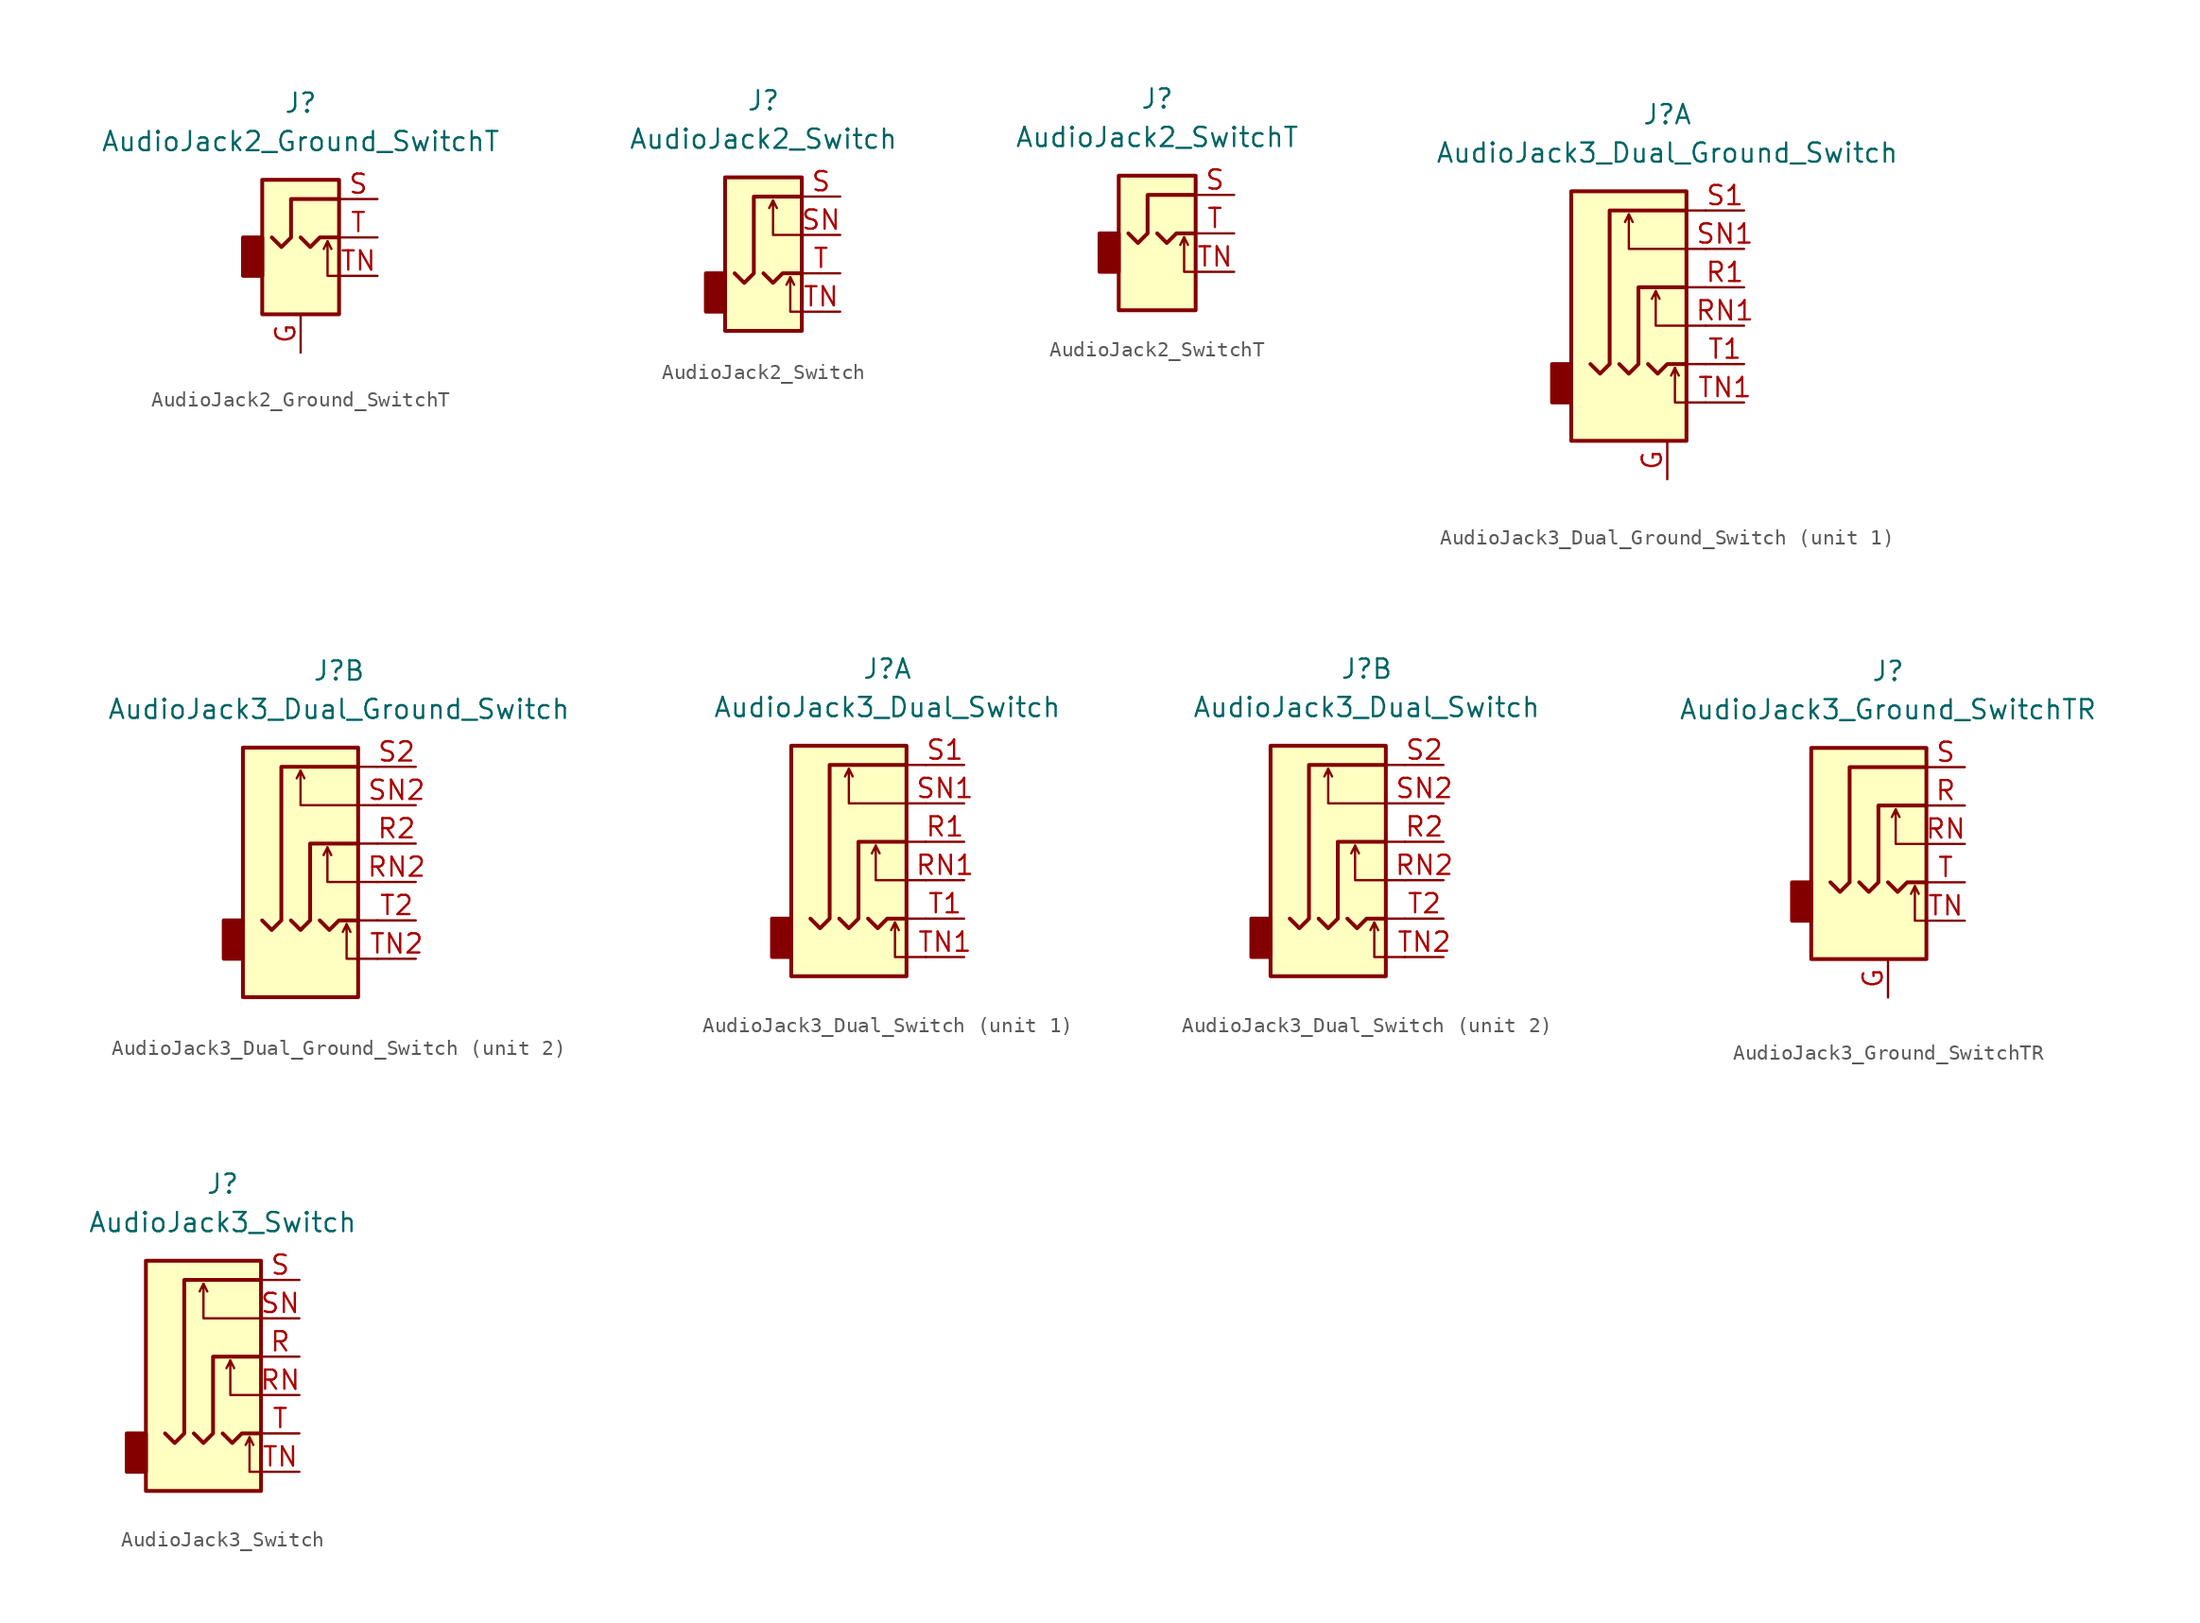
<source format=kicad_sym>
(kicad_symbol_lib
  (version 20231120)
  (generator "kicad_symbol_editor")
  (generator_version "8.0")
  (symbol "AudioJack2_Ground_SwitchT"
    (property "Reference" "J"
      (at 0 8.89 0)
      (effects (font (size 1.27 1.27))))
    (property "Value" "AudioJack2_Ground_SwitchT"
      (at 0 6.35 0)
      (effects (font (size 1.27 1.27))))
    (symbol "AudioJack2_Ground_SwitchT_0_1"
      (rectangle (start -2.54 0) (end -3.81 -2.54) (stroke (width 0.254) (type default)) (fill (type outline)))
      (polyline (pts (xy 1.778 -0.254) (xy 2.032 -0.762)) (stroke (width 0) (type default)) (fill (type none)))
      (polyline (pts (xy 0 0) (xy 0.635 -0.635) (xy 1.27 0) (xy 2.54 0)) (stroke (width 0.254) (type default)) (fill (type none)))
      (polyline (pts (xy 2.54 -2.54) (xy 1.778 -2.54) (xy 1.778 -0.254) (xy 1.524 -0.762)) (stroke (width 0) (type default)) (fill (type none)))
      (polyline (pts (xy 2.54 2.54) (xy -0.635 2.54) (xy -0.635 0) (xy -1.27 -0.635) (xy -1.905 0)) (stroke (width 0.254) (type default)) (fill (type none)))
      (rectangle (start 2.54 3.81) (end -2.54 -5.08) (stroke (width 0.254) (type default)) (fill (type background))))
    (symbol "AudioJack2_Ground_SwitchT_1_1"
      (pin passive line (at 0 -7.62 90) (length 2.54) (name "~" (effects (font (size 1.27 1.27)))) (number "G" (effects (font (size 1.27 1.27)))))
      (pin passive line (at 5.08 2.54 180) (length 2.54) (name "~" (effects (font (size 1.27 1.27)))) (number "S" (effects (font (size 1.27 1.27)))))
      (pin passive line (at 5.08 0 180) (length 2.54) (name "~" (effects (font (size 1.27 1.27)))) (number "T" (effects (font (size 1.27 1.27)))))
      (pin passive line (at 5.08 -2.54 180) (length 2.54) (name "~" (effects (font (size 1.27 1.27)))) (number "TN" (effects (font (size 1.27 1.27)))))))
  (symbol "AudioJack2_Switch"
    (property "Reference" "J"
      (at 0 11.43 0)
      (effects (font (size 1.27 1.27))))
    (property "Value" "AudioJack2_Switch"
      (at 0 8.89 0)
      (effects (font (size 1.27 1.27))))
    (symbol "AudioJack2_Switch_0_1"
      (rectangle (start -2.54 0) (end -3.81 -2.54) (stroke (width 0.254) (type default)) (fill (type outline)))
      (rectangle (start 2.54 6.35) (end -2.54 -3.81) (stroke (width 0.254) (type default)) (fill (type background))))
    (symbol "AudioJack2_Switch_1_1"
      (polyline (pts (xy 0.635 4.826) (xy 0.889 4.318)) (stroke (width 0) (type default)) (fill (type none)))
      (polyline (pts (xy 1.778 -0.254) (xy 2.032 -0.762)) (stroke (width 0) (type default)) (fill (type none)))
      (polyline (pts (xy 0 0) (xy 0.635 -0.635) (xy 1.27 0) (xy 2.54 0)) (stroke (width 0.254) (type default)) (fill (type none)))
      (polyline (pts (xy 2.54 -2.54) (xy 1.778 -2.54) (xy 1.778 -0.254) (xy 1.524 -0.762)) (stroke (width 0) (type default)) (fill (type none)))
      (polyline (pts (xy 2.54 2.54) (xy 0.635 2.54) (xy 0.635 4.826) (xy 0.381 4.318)) (stroke (width 0) (type default)) (fill (type none)))
      (polyline (pts (xy 2.54 5.08) (xy -0.635 5.08) (xy -0.635 0) (xy -1.27 -0.635) (xy -1.905 0)) (stroke (width 0.254) (type default)) (fill (type none)))
      (pin passive line (at 5.08 5.08 180) (length 2.54) (name "~" (effects (font (size 1.27 1.27)))) (number "S" (effects (font (size 1.27 1.27)))))
      (pin passive line (at 5.08 2.54 180) (length 2.54) (name "~" (effects (font (size 1.27 1.27)))) (number "SN" (effects (font (size 1.27 1.27)))))
      (pin passive line (at 5.08 0 180) (length 2.54) (name "~" (effects (font (size 1.27 1.27)))) (number "T" (effects (font (size 1.27 1.27)))))
      (pin passive line (at 5.08 -2.54 180) (length 2.54) (name "~" (effects (font (size 1.27 1.27)))) (number "TN" (effects (font (size 1.27 1.27)))))))
  (symbol "AudioJack2_SwitchT"
    (property "Reference" "J"
      (at 0 8.89 0)
      (effects (font (size 1.27 1.27))))
    (property "Value" "AudioJack2_SwitchT"
      (at 0 6.35 0)
      (effects (font (size 1.27 1.27))))
    (symbol "AudioJack2_SwitchT_0_1"
      (rectangle (start -2.54 0) (end -3.81 -2.54) (stroke (width 0.254) (type default)) (fill (type outline)))
      (polyline (pts (xy 1.778 -0.254) (xy 2.032 -0.762)) (stroke (width 0) (type default)) (fill (type none)))
      (polyline (pts (xy 0 0) (xy 0.635 -0.635) (xy 1.27 0) (xy 2.54 0)) (stroke (width 0.254) (type default)) (fill (type none)))
      (polyline (pts (xy 2.54 -2.54) (xy 1.778 -2.54) (xy 1.778 -0.254) (xy 1.524 -0.762)) (stroke (width 0) (type default)) (fill (type none)))
      (polyline (pts (xy 2.54 2.54) (xy -0.635 2.54) (xy -0.635 0) (xy -1.27 -0.635) (xy -1.905 0)) (stroke (width 0.254) (type default)) (fill (type none)))
      (rectangle (start 2.54 3.81) (end -2.54 -5.08) (stroke (width 0.254) (type default)) (fill (type background))))
    (symbol "AudioJack2_SwitchT_1_1"
      (pin passive line (at 5.08 2.54 180) (length 2.54) (name "~" (effects (font (size 1.27 1.27)))) (number "S" (effects (font (size 1.27 1.27)))))
      (pin passive line (at 5.08 0 180) (length 2.54) (name "~" (effects (font (size 1.27 1.27)))) (number "T" (effects (font (size 1.27 1.27)))))
      (pin passive line (at 5.08 -2.54 180) (length 2.54) (name "~" (effects (font (size 1.27 1.27)))) (number "TN" (effects (font (size 1.27 1.27)))))))
  (symbol "AudioJack3_Dual_Ground_Switch"
    (property "Reference" "J"
      (at 0 11.43 0)
      (effects (font (size 1.27 1.27))))
    (property "Value" "AudioJack3_Dual_Ground_Switch"
      (at 0 8.89 0)
      (effects (font (size 1.27 1.27))))
    (symbol "AudioJack3_Dual_Ground_Switch_0_1"
      (rectangle (start -6.35 -5.08) (end -7.62 -7.62) (stroke (width 0.254) (type default)) (fill (type outline)))
      (polyline (pts (xy -2.54 4.826) (xy -2.286 4.318)) (stroke (width 0) (type default)) (fill (type none)))
      (polyline (pts (xy -0.762 -0.254) (xy -0.508 -0.762)) (stroke (width 0) (type default)) (fill (type none)))
      (polyline (pts (xy 0.508 -5.334) (xy 0.762 -5.842)) (stroke (width 0) (type default)) (fill (type none)))
      (polyline (pts (xy 1.27 0) (xy 2.54 0)) (stroke (width 0) (type default)) (fill (type none)))
      (polyline (pts (xy 2.54 -5.08) (xy 1.27 -5.08)) (stroke (width 0) (type default)) (fill (type none)))
      (polyline (pts (xy 2.54 5.08) (xy 1.27 5.08)) (stroke (width 0) (type default)) (fill (type none)))
      (polyline (pts (xy -1.27 -5.08) (xy -0.635 -5.715) (xy 0 -5.08) (xy 1.27 -5.08)) (stroke (width 0.254) (type default)) (fill (type none)))
      (polyline (pts (xy 2.54 -7.62) (xy 0.508 -7.62) (xy 0.508 -5.334) (xy 0.254 -5.842)) (stroke (width 0) (type default)) (fill (type none)))
      (polyline (pts (xy 2.54 -2.54) (xy -0.762 -2.54) (xy -0.762 -0.254) (xy -1.016 -0.762)) (stroke (width 0) (type default)) (fill (type none)))
      (polyline (pts (xy 2.54 2.54) (xy -2.54 2.54) (xy -2.54 4.826) (xy -2.794 4.318)) (stroke (width 0) (type default)) (fill (type none)))
      (polyline (pts (xy -3.175 -5.08) (xy -2.54 -5.715) (xy -1.905 -5.08) (xy -1.905 0) (xy 1.27 0)) (stroke (width 0.254) (type default)) (fill (type none)))
      (polyline (pts (xy 1.27 5.08) (xy -3.81 5.08) (xy -3.81 -5.08) (xy -4.445 -5.715) (xy -5.08 -5.08)) (stroke (width 0.254) (type default)) (fill (type none)))
      (rectangle (start 1.27 6.35) (end -6.35 -10.16) (stroke (width 0.254) (type default)) (fill (type background))))
    (symbol "AudioJack3_Dual_Ground_Switch_1_1"
      (pin passive line (at 0 -12.7 90) (length 2.54) (name "~" (effects (font (size 1.27 1.27)))) (number "G" (effects (font (size 1.27 1.27)))))
      (pin passive line (at 5.08 0 180) (length 2.54) (name "~" (effects (font (size 1.27 1.27)))) (number "R1" (effects (font (size 1.27 1.27)))))
      (pin passive line (at 5.08 -2.54 180) (length 2.54) (name "~" (effects (font (size 1.27 1.27)))) (number "RN1" (effects (font (size 1.27 1.27)))))
      (pin passive line (at 5.08 5.08 180) (length 2.54) (name "~" (effects (font (size 1.27 1.27)))) (number "S1" (effects (font (size 1.27 1.27)))))
      (pin passive line (at 5.08 2.54 180) (length 2.54) (name "~" (effects (font (size 1.27 1.27)))) (number "SN1" (effects (font (size 1.27 1.27)))))
      (pin passive line (at 5.08 -5.08 180) (length 2.54) (name "~" (effects (font (size 1.27 1.27)))) (number "T1" (effects (font (size 1.27 1.27)))))
      (pin passive line (at 5.08 -7.62 180) (length 2.54) (name "~" (effects (font (size 1.27 1.27)))) (number "TN1" (effects (font (size 1.27 1.27))))))
    (symbol "AudioJack3_Dual_Ground_Switch_2_1"
      (pin passive line (at 5.08 0 180) (length 2.54) (name "~" (effects (font (size 1.27 1.27)))) (number "R2" (effects (font (size 1.27 1.27)))))
      (pin passive line (at 5.08 -2.54 180) (length 2.54) (name "~" (effects (font (size 1.27 1.27)))) (number "RN2" (effects (font (size 1.27 1.27)))))
      (pin passive line (at 5.08 5.08 180) (length 2.54) (name "~" (effects (font (size 1.27 1.27)))) (number "S2" (effects (font (size 1.27 1.27)))))
      (pin passive line (at 5.08 2.54 180) (length 2.54) (name "~" (effects (font (size 1.27 1.27)))) (number "SN2" (effects (font (size 1.27 1.27)))))
      (pin passive line (at 5.08 -5.08 180) (length 2.54) (name "~" (effects (font (size 1.27 1.27)))) (number "T2" (effects (font (size 1.27 1.27)))))
      (pin passive line (at 5.08 -7.62 180) (length 2.54) (name "~" (effects (font (size 1.27 1.27)))) (number "TN2" (effects (font (size 1.27 1.27)))))))
  (symbol "AudioJack3_Dual_Switch"
    (property "Reference" "J"
      (at 0 11.43 0)
      (effects (font (size 1.27 1.27))))
    (property "Value" "AudioJack3_Dual_Switch"
      (at 0 8.89 0)
      (effects (font (size 1.27 1.27))))
    (symbol "AudioJack3_Dual_Switch_0_1"
      (rectangle (start -6.35 -5.08) (end -7.62 -7.62) (stroke (width 0.254) (type default)) (fill (type outline)))
      (polyline (pts (xy -2.54 4.826) (xy -2.286 4.318)) (stroke (width 0) (type default)) (fill (type none)))
      (polyline (pts (xy -0.762 -0.254) (xy -0.508 -0.762)) (stroke (width 0) (type default)) (fill (type none)))
      (polyline (pts (xy 0.508 -5.334) (xy 0.762 -5.842)) (stroke (width 0) (type default)) (fill (type none)))
      (polyline (pts (xy 1.27 0) (xy 2.54 0)) (stroke (width 0) (type default)) (fill (type none)))
      (polyline (pts (xy 2.54 -5.08) (xy 1.27 -5.08)) (stroke (width 0) (type default)) (fill (type none)))
      (polyline (pts (xy 2.54 5.08) (xy 1.27 5.08)) (stroke (width 0) (type default)) (fill (type none)))
      (polyline (pts (xy -1.27 -5.08) (xy -0.635 -5.715) (xy 0 -5.08) (xy 1.27 -5.08)) (stroke (width 0.254) (type default)) (fill (type none)))
      (polyline (pts (xy 2.54 -7.62) (xy 0.508 -7.62) (xy 0.508 -5.334) (xy 0.254 -5.842)) (stroke (width 0) (type default)) (fill (type none)))
      (polyline (pts (xy 2.54 -2.54) (xy -0.762 -2.54) (xy -0.762 -0.254) (xy -1.016 -0.762)) (stroke (width 0) (type default)) (fill (type none)))
      (polyline (pts (xy 2.54 2.54) (xy -2.54 2.54) (xy -2.54 4.826) (xy -2.794 4.318)) (stroke (width 0) (type default)) (fill (type none)))
      (polyline (pts (xy -3.175 -5.08) (xy -2.54 -5.715) (xy -1.905 -5.08) (xy -1.905 0) (xy 1.27 0)) (stroke (width 0.254) (type default)) (fill (type none)))
      (polyline (pts (xy 1.27 5.08) (xy -3.81 5.08) (xy -3.81 -5.08) (xy -4.445 -5.715) (xy -5.08 -5.08)) (stroke (width 0.254) (type default)) (fill (type none)))
      (rectangle (start 1.27 6.35) (end -6.35 -8.89) (stroke (width 0.254) (type default)) (fill (type background))))
    (symbol "AudioJack3_Dual_Switch_1_1"
      (pin passive line (at 5.08 0 180) (length 2.54) (name "~" (effects (font (size 1.27 1.27)))) (number "R1" (effects (font (size 1.27 1.27)))))
      (pin passive line (at 5.08 -2.54 180) (length 2.54) (name "~" (effects (font (size 1.27 1.27)))) (number "RN1" (effects (font (size 1.27 1.27)))))
      (pin passive line (at 5.08 5.08 180) (length 2.54) (name "~" (effects (font (size 1.27 1.27)))) (number "S1" (effects (font (size 1.27 1.27)))))
      (pin passive line (at 5.08 2.54 180) (length 2.54) (name "~" (effects (font (size 1.27 1.27)))) (number "SN1" (effects (font (size 1.27 1.27)))))
      (pin passive line (at 5.08 -5.08 180) (length 2.54) (name "~" (effects (font (size 1.27 1.27)))) (number "T1" (effects (font (size 1.27 1.27)))))
      (pin passive line (at 5.08 -7.62 180) (length 2.54) (name "~" (effects (font (size 1.27 1.27)))) (number "TN1" (effects (font (size 1.27 1.27))))))
    (symbol "AudioJack3_Dual_Switch_2_1"
      (pin passive line (at 5.08 0 180) (length 2.54) (name "~" (effects (font (size 1.27 1.27)))) (number "R2" (effects (font (size 1.27 1.27)))))
      (pin passive line (at 5.08 -2.54 180) (length 2.54) (name "~" (effects (font (size 1.27 1.27)))) (number "RN2" (effects (font (size 1.27 1.27)))))
      (pin passive line (at 5.08 5.08 180) (length 2.54) (name "~" (effects (font (size 1.27 1.27)))) (number "S2" (effects (font (size 1.27 1.27)))))
      (pin passive line (at 5.08 2.54 180) (length 2.54) (name "~" (effects (font (size 1.27 1.27)))) (number "SN2" (effects (font (size 1.27 1.27)))))
      (pin passive line (at 5.08 -5.08 180) (length 2.54) (name "~" (effects (font (size 1.27 1.27)))) (number "T2" (effects (font (size 1.27 1.27)))))
      (pin passive line (at 5.08 -7.62 180) (length 2.54) (name "~" (effects (font (size 1.27 1.27)))) (number "TN2" (effects (font (size 1.27 1.27)))))))
  (symbol "AudioJack3_Ground_SwitchTR"
    (property "Reference" "J"
      (at 0 8.89 0)
      (effects (font (size 1.27 1.27))))
    (property "Value" "AudioJack3_Ground_SwitchTR"
      (at 0 6.35 0)
      (effects (font (size 1.27 1.27))))
    (symbol "AudioJack3_Ground_SwitchTR_0_1"
      (rectangle (start -5.08 -5.08) (end -6.35 -7.62) (stroke (width 0.254) (type default)) (fill (type outline)))
      (polyline (pts (xy 0.508 -0.254) (xy 0.762 -0.762)) (stroke (width 0) (type default)) (fill (type none)))
      (polyline (pts (xy 1.778 -5.334) (xy 2.032 -5.842)) (stroke (width 0) (type default)) (fill (type none)))
      (polyline (pts (xy 0 -5.08) (xy 0.635 -5.715) (xy 1.27 -5.08) (xy 2.54 -5.08)) (stroke (width 0.254) (type default)) (fill (type none)))
      (polyline (pts (xy 2.54 -7.62) (xy 1.778 -7.62) (xy 1.778 -5.334) (xy 1.524 -5.842)) (stroke (width 0) (type default)) (fill (type none)))
      (polyline (pts (xy 2.54 -2.54) (xy 0.508 -2.54) (xy 0.508 -0.254) (xy 0.254 -0.762)) (stroke (width 0) (type default)) (fill (type none)))
      (polyline (pts (xy -1.905 -5.08) (xy -1.27 -5.715) (xy -0.635 -5.08) (xy -0.635 0) (xy 2.54 0)) (stroke (width 0.254) (type default)) (fill (type none)))
      (polyline (pts (xy 2.54 2.54) (xy -2.54 2.54) (xy -2.54 -5.08) (xy -3.175 -5.715) (xy -3.81 -5.08)) (stroke (width 0.254) (type default)) (fill (type none)))
      (rectangle (start 2.54 3.81) (end -5.08 -10.16) (stroke (width 0.254) (type default)) (fill (type background))))
    (symbol "AudioJack3_Ground_SwitchTR_1_1"
      (pin passive line (at 0 -12.7 90) (length 2.54) (name "~" (effects (font (size 1.27 1.27)))) (number "G" (effects (font (size 1.27 1.27)))))
      (pin passive line (at 5.08 0 180) (length 2.54) (name "~" (effects (font (size 1.27 1.27)))) (number "R" (effects (font (size 1.27 1.27)))))
      (pin passive line (at 5.08 -2.54 180) (length 2.54) (name "~" (effects (font (size 1.27 1.27)))) (number "RN" (effects (font (size 1.27 1.27)))))
      (pin passive line (at 5.08 2.54 180) (length 2.54) (name "~" (effects (font (size 1.27 1.27)))) (number "S" (effects (font (size 1.27 1.27)))))
      (pin passive line (at 5.08 -5.08 180) (length 2.54) (name "~" (effects (font (size 1.27 1.27)))) (number "T" (effects (font (size 1.27 1.27)))))
      (pin passive line (at 5.08 -7.62 180) (length 2.54) (name "~" (effects (font (size 1.27 1.27)))) (number "TN" (effects (font (size 1.27 1.27)))))))
  (symbol "AudioJack3_Switch"
    (property "Reference" "J"
      (at 0 11.43 0)
      (effects (font (size 1.27 1.27))))
    (property "Value" "AudioJack3_Switch"
      (at 0 8.89 0)
      (effects (font (size 1.27 1.27))))
    (symbol "AudioJack3_Switch_0_1"
      (rectangle (start -5.08 -5.08) (end -6.35 -7.62) (stroke (width 0.254) (type default)) (fill (type outline)))
      (polyline (pts (xy -1.27 4.826) (xy -1.016 4.318)) (stroke (width 0) (type default)) (fill (type none)))
      (polyline (pts (xy 0.508 -0.254) (xy 0.762 -0.762)) (stroke (width 0) (type default)) (fill (type none)))
      (polyline (pts (xy 1.778 -5.334) (xy 2.032 -5.842)) (stroke (width 0) (type default)) (fill (type none)))
      (polyline (pts (xy 0 -5.08) (xy 0.635 -5.715) (xy 1.27 -5.08) (xy 2.54 -5.08)) (stroke (width 0.254) (type default)) (fill (type none)))
      (polyline (pts (xy 2.54 -7.62) (xy 1.778 -7.62) (xy 1.778 -5.334) (xy 1.524 -5.842)) (stroke (width 0) (type default)) (fill (type none)))
      (polyline (pts (xy 2.54 -2.54) (xy 0.508 -2.54) (xy 0.508 -0.254) (xy 0.254 -0.762)) (stroke (width 0) (type default)) (fill (type none)))
      (polyline (pts (xy 2.54 2.54) (xy -1.27 2.54) (xy -1.27 4.826) (xy -1.524 4.318)) (stroke (width 0) (type default)) (fill (type none)))
      (polyline (pts (xy -1.905 -5.08) (xy -1.27 -5.715) (xy -0.635 -5.08) (xy -0.635 0) (xy 2.54 0)) (stroke (width 0.254) (type default)) (fill (type none)))
      (polyline (pts (xy 2.54 5.08) (xy -2.54 5.08) (xy -2.54 -5.08) (xy -3.175 -5.715) (xy -3.81 -5.08)) (stroke (width 0.254) (type default)) (fill (type none)))
      (rectangle (start 2.54 6.35) (end -5.08 -8.89) (stroke (width 0.254) (type default)) (fill (type background))))
    (symbol "AudioJack3_Switch_1_1"
      (pin passive line (at 5.08 0 180) (length 2.54) (name "~" (effects (font (size 1.27 1.27)))) (number "R" (effects (font (size 1.27 1.27)))))
      (pin passive line (at 5.08 -2.54 180) (length 2.54) (name "~" (effects (font (size 1.27 1.27)))) (number "RN" (effects (font (size 1.27 1.27)))))
      (pin passive line (at 5.08 5.08 180) (length 2.54) (name "~" (effects (font (size 1.27 1.27)))) (number "S" (effects (font (size 1.27 1.27)))))
      (pin passive line (at 5.08 2.54 180) (length 2.54) (name "~" (effects (font (size 1.27 1.27)))) (number "SN" (effects (font (size 1.27 1.27)))))
      (pin passive line (at 5.08 -5.08 180) (length 2.54) (name "~" (effects (font (size 1.27 1.27)))) (number "T" (effects (font (size 1.27 1.27)))))
      (pin passive line (at 5.08 -7.62 180) (length 2.54) (name "~" (effects (font (size 1.27 1.27)))) (number "TN" (effects (font (size 1.27 1.27))))))))
</source>
